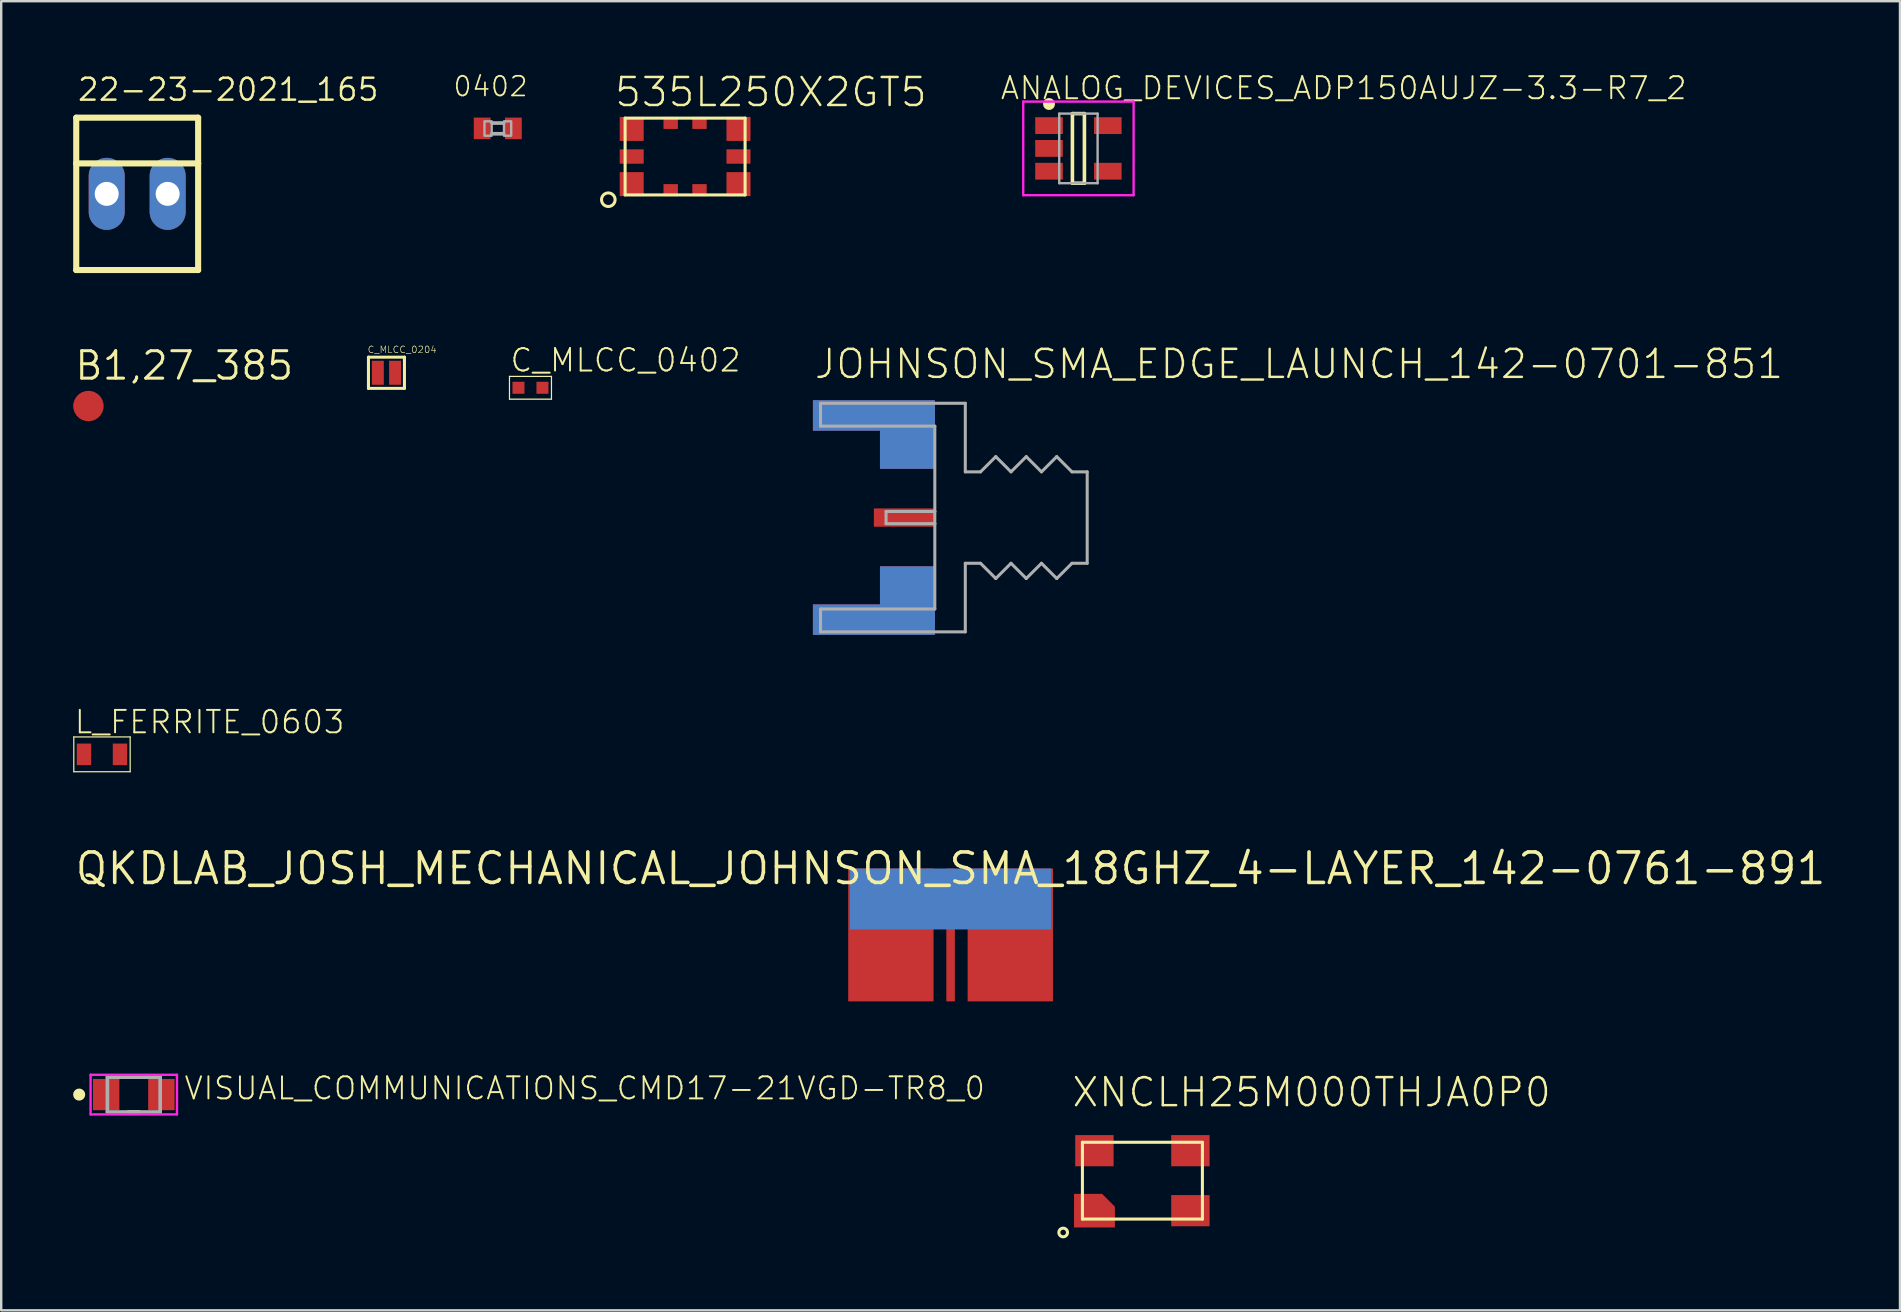
<source format=kicad_pcb>
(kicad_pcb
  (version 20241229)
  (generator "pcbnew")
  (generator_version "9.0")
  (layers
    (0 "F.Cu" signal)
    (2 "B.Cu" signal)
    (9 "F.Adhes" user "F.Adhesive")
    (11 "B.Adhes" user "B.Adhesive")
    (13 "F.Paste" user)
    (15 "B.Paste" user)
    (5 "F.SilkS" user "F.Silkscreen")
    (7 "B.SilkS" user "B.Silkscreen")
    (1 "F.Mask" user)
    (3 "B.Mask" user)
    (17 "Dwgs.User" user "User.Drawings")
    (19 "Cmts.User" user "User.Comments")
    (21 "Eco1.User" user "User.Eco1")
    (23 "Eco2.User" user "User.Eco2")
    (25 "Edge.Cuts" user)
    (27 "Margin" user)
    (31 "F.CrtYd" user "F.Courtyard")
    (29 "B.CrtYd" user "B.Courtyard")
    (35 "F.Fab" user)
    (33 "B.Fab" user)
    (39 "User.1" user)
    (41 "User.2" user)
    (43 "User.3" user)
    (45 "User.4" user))
  (footprint "VISUAL_COMMUNICATIONS_CMD17-21VGD-TR8_0"
    (layer "F.Cu")
    (at 2.525 42.566)
    (property "Reference" "VISUAL_COMMUNICATIONS_CMD17-21VGD-TR8_0" (at 2.05 0.275 0) (unlocked yes) (layer "F.SilkS") (effects (font (size 0.92 0.92) (thickness 0.08)) (justify left bottom)))
    (fp_line (start -0.225 -0.725) (end 0.225 -0.725) (stroke (width 0.15) (type solid)) (layer "F.SilkS"))
    (fp_line (start -0.225 0.725) (end 0.225 0.725) (stroke (width 0.15) (type solid)) (layer "F.SilkS"))
    (fp_circle (center -2.275 0) (end -2.15 0) (stroke (width 0.25) (type solid)) (fill yes) (layer "F.SilkS"))
    (fp_line (start -1.8 -0.825) (end 1.8 -0.825) (stroke (width 0.1) (type solid)) (layer "F.CrtYd"))
    (fp_line (start -1.8 0.825) (end -1.8 -0.825) (stroke (width 0.1) (type solid)) (layer "F.CrtYd"))
    (fp_line (start 1.8 -0.825) (end 1.8 0.825) (stroke (width 0.1) (type solid)) (layer "F.CrtYd"))
    (fp_line (start 1.8 0.825) (end -1.8 0.825) (stroke (width 0.1) (type solid)) (layer "F.CrtYd"))
    (fp_line (start -1.1 -0.725) (end 1.1 -0.725) (stroke (width 0.15) (type solid)) (layer "F.Fab"))
    (fp_line (start -1.1 0.725) (end -1.1 -0.725) (stroke (width 0.15) (type solid)) (layer "F.Fab"))
    (fp_line (start 1.1 -0.725) (end 1.1 0.725) (stroke (width 0.15) (type solid)) (layer "F.Fab"))
    (fp_line (start 1.1 0.725) (end -1.1 0.725) (stroke (width 0.15) (type solid)) (layer "F.Fab"))
    (pad "1" smd rect (at -1.15 0) (size 1.1 1.3) (layers "F.Cu" "F.Mask" "F.Paste"))
    (pad "2" smd rect (at 1.15 0) (size 1.1 1.3) (layers "F.Cu" "F.Mask" "F.Paste")))
  (footprint "XNCLH25M000THJA0P0"
    (layer "F.Cu")
    (at 44.559 46.154)
    (property "Reference" "XNCLH25M000THJA0P0" (at -3 -3 0) (unlocked yes) (layer "F.SilkS") (effects (font (size 1.168 1.168) (thickness 0.102)) (justify left bottom)))
    (fp_poly (pts (xy -1.15 1.079) (xy -1.15 1.95) (xy -2.85 1.95) (xy -2.85 0.55) (xy -1.679 0.55)) (stroke (width 0) (type default)) (fill yes) (layer "F.Cu"))
    (fp_line (start -2.5 -1.6) (end -2.5 1.6) (stroke (width 0.127) (type solid)) (layer "F.SilkS"))
    (fp_line (start -2.5 1.6) (end 2.5 1.6) (stroke (width 0.127) (type solid)) (layer "F.SilkS"))
    (fp_line (start 2.5 -1.6) (end -2.5 -1.6) (stroke (width 0.127) (type solid)) (layer "F.SilkS"))
    (fp_line (start 2.5 1.6) (end 2.5 -1.6) (stroke (width 0.127) (type solid)) (layer "F.SilkS"))
    (fp_circle (center -3.302 2.159) (end -3.122 2.159) (stroke (width 0.127) (type solid)) (fill no) (layer "F.SilkS"))
    (pad "P$1" smd rect (at -2 -1.25) (size 1.6 1.3) (layers "F.Cu" "F.Mask" "F.Paste"))
    (pad "P$2" smd rect (at 2 -1.25) (size 1.6 1.3) (layers "F.Cu" "F.Mask" "F.Paste"))
    (pad "P$3" smd rect (at 2 1.25) (size 1.6 1.3) (layers "F.Cu" "F.Mask" "F.Paste"))
    (pad "P$4" smd rect (at -2 1.5) (size 1.676 0.813) (layers "F.Cu" "F.Mask" "F.Paste")))
  (footprint "JOHNSON_SMA_EDGE_LAUNCH_142-0701-851"
    (layer "F.Cu")
    (at 35.908 18.519)
    (property "Reference" "JOHNSON_SMA_EDGE_LAUNCH_142-0701-851" (at -5.08 -5.715 0) (unlocked yes) (layer "F.SilkS") (effects (font (size 1.168 1.168) (thickness 0.102)) (justify left bottom)))
    (fp_poly (pts (xy 0 -2.032) (xy -2.286 -2.032) (xy -2.286 -3.759) (xy -3.15 -3.759) (xy -3.15 -4.661) (xy 0 -4.661)) (stroke (width 0) (type default)) (fill yes) (layer "F.Cu"))
    (fp_poly (pts (xy 0 4.661) (xy -3.797 4.661) (xy -3.797 3.759) (xy -2.286 3.759) (xy -2.286 2.032) (xy 0 2.032)) (stroke (width 0) (type default)) (fill yes) (layer "F.Cu"))
    (fp_poly (pts (xy 0 -2.032) (xy -2.286 -2.032) (xy -2.286 -3.759) (xy -3.15 -3.759) (xy -3.15 -4.661) (xy 0 -4.661)) (stroke (width 0) (type default)) (fill yes) (layer "F.Mask"))
    (fp_poly (pts (xy 0 4.661) (xy -3.797 4.661) (xy -3.797 3.759) (xy -2.286 3.759) (xy -2.286 2.032) (xy 0 2.032)) (stroke (width 0) (type default)) (fill yes) (layer "F.Mask"))
    (fp_poly (pts (xy 0 -2.032) (xy -2.286 -2.032) (xy -2.286 -3.759) (xy -3.15 -3.759) (xy -3.15 -4.661) (xy 0 -4.661)) (stroke (width 0) (type default)) (fill yes) (layer "B.Cu"))
    (fp_poly (pts (xy 0 4.661) (xy -3.797 4.661) (xy -3.797 3.759) (xy -2.286 3.759) (xy -2.286 2.032) (xy 0 2.032)) (stroke (width 0) (type default)) (fill yes) (layer "B.Cu"))
    (fp_poly (pts (xy 0 -2.032) (xy -2.286 -2.032) (xy -2.286 -3.759) (xy -3.15 -3.759) (xy -3.15 -4.661) (xy 0 -4.661)) (stroke (width 0) (type default)) (fill yes) (layer "B.Mask"))
    (fp_poly (pts (xy 0 4.661) (xy -3.797 4.661) (xy -3.797 3.759) (xy -2.286 3.759) (xy -2.286 2.032) (xy 0 2.032)) (stroke (width 0) (type default)) (fill yes) (layer "B.Mask"))
    (fp_line (start -4.763 -4.763) (end -4.763 -3.81) (stroke (width 0.127) (type solid)) (layer "F.Fab"))
    (fp_line (start -4.763 -3.81) (end 0 -3.81) (stroke (width 0.127) (type solid)) (layer "F.Fab"))
    (fp_line (start -4.763 3.81) (end -4.763 4.763) (stroke (width 0.127) (type solid)) (layer "F.Fab"))
    (fp_line (start -4.763 4.763) (end 1.27 4.763) (stroke (width 0.127) (type solid)) (layer "F.Fab"))
    (fp_line (start -2.032 -0.254) (end -2.032 0.254) (stroke (width 0.127) (type solid)) (layer "F.Fab"))
    (fp_line (start -2.032 0.254) (end 0 0.254) (stroke (width 0.127) (type solid)) (layer "F.Fab"))
    (fp_line (start 0 -3.81) (end 0 -0.254) (stroke (width 0.127) (type solid)) (layer "F.Fab"))
    (fp_line (start 0 -0.254) (end -2.032 -0.254) (stroke (width 0.127) (type solid)) (layer "F.Fab"))
    (fp_line (start 0 -0.254) (end 0 0.254) (stroke (width 0.127) (type solid)) (layer "F.Fab"))
    (fp_line (start 0 0.254) (end 0 3.81) (stroke (width 0.127) (type solid)) (layer "F.Fab"))
    (fp_line (start 0 3.81) (end -4.763 3.81) (stroke (width 0.127) (type solid)) (layer "F.Fab"))
    (fp_line (start 1.27 -4.763) (end -4.763 -4.763) (stroke (width 0.127) (type solid)) (layer "F.Fab"))
    (fp_line (start 1.27 -1.905) (end 1.27 -4.763) (stroke (width 0.127) (type solid)) (layer "F.Fab"))
    (fp_line (start 1.27 1.905) (end 1.905 1.905) (stroke (width 0.127) (type solid)) (layer "F.Fab"))
    (fp_line (start 1.27 4.763) (end 1.27 1.905) (stroke (width 0.127) (type solid)) (layer "F.Fab"))
    (fp_line (start 1.905 -1.905) (end 1.27 -1.905) (stroke (width 0.127) (type solid)) (layer "F.Fab"))
    (fp_line (start 1.905 1.905) (end 2.54 2.54) (stroke (width 0.127) (type solid)) (layer "F.Fab"))
    (fp_line (start 2.54 -2.54) (end 1.905 -1.905) (stroke (width 0.127) (type solid)) (layer "F.Fab"))
    (fp_line (start 2.54 2.54) (end 3.175 1.905) (stroke (width 0.127) (type solid)) (layer "F.Fab"))
    (fp_line (start 3.175 -1.905) (end 2.54 -2.54) (stroke (width 0.127) (type solid)) (layer "F.Fab"))
    (fp_line (start 3.175 1.905) (end 3.81 2.54) (stroke (width 0.127) (type solid)) (layer "F.Fab"))
    (fp_line (start 3.81 -2.54) (end 3.175 -1.905) (stroke (width 0.127) (type solid)) (layer "F.Fab"))
    (fp_line (start 3.81 2.54) (end 4.445 1.905) (stroke (width 0.127) (type solid)) (layer "F.Fab"))
    (fp_line (start 4.445 -1.905) (end 3.81 -2.54) (stroke (width 0.127) (type solid)) (layer "F.Fab"))
    (fp_line (start 4.445 1.905) (end 5.08 2.54) (stroke (width 0.127) (type solid)) (layer "F.Fab"))
    (fp_line (start 5.08 -2.54) (end 4.445 -1.905) (stroke (width 0.127) (type solid)) (layer "F.Fab"))
    (fp_line (start 5.08 2.54) (end 5.715 1.905) (stroke (width 0.127) (type solid)) (layer "F.Fab"))
    (fp_line (start 5.715 -1.905) (end 5.08 -2.54) (stroke (width 0.127) (type solid)) (layer "F.Fab"))
    (fp_line (start 5.715 1.905) (end 6.35 1.905) (stroke (width 0.127) (type solid)) (layer "F.Fab"))
    (fp_line (start 6.35 -1.905) (end 5.715 -1.905) (stroke (width 0.127) (type solid)) (layer "F.Fab"))
    (fp_line (start 6.35 1.905) (end 6.35 -1.905) (stroke (width 0.127) (type solid)) (layer "F.Fab"))
    (pad "P$1" smd rect (at -1.27 0) (size 2.54 0.762) (layers "F.Cu" "F.Mask"))
    (pad "P$2" smd rect (at -2.54 -4.255) (size 5.08 1.27) (layers "F.Cu" "F.Mask"))
    (pad "P$3" smd rect (at -2.54 4.255) (size 5.08 1.27) (layers "F.Cu" "F.Mask"))
    (pad "P$4" smd rect (at -2.54 -4.255) (size 5.08 1.27) (layers "B.Cu" "B.Mask"))
    (pad "P$5" smd rect (at -2.54 4.255) (size 5.08 1.27) (layers "B.Cu" "B.Mask")))
  (footprint "B1,27_385"
    (layer "F.Cu")
    (at 0.635 13.871)
    (property "Reference" "B1,27_385" (at -0.635 -1.016 0) (unlocked yes) (layer "F.SilkS") (effects (font (size 1.143 1.143) (thickness 0.127)) (justify left bottom)))
    (pad "TP" smd roundrect (at 0 0) (size 1.27 1.27) (layers "F.Cu" "F.Mask") (roundrect_rratio 0.5)))
  (footprint "22-23-2021_165"
    (layer "F.Cu")
    (at 2.667 5.029)
    (property "Reference" "22-23-2021_165" (at -2.54 -3.81 0) (unlocked yes) (layer "F.SilkS") (effects (font (size 0.914 0.914) (thickness 0.102)) (justify left bottom)))
    (fp_line (start -2.54 -3.175) (end 2.54 -3.175) (stroke (width 0.254) (type solid)) (layer "F.SilkS"))
    (fp_line (start -2.54 -1.27) (end -2.54 -3.175) (stroke (width 0.254) (type solid)) (layer "F.SilkS"))
    (fp_line (start -2.54 -1.27) (end 2.54 -1.27) (stroke (width 0.254) (type solid)) (layer "F.SilkS"))
    (fp_line (start -2.54 3.175) (end -2.54 -1.27) (stroke (width 0.254) (type solid)) (layer "F.SilkS"))
    (fp_line (start 2.54 -3.175) (end 2.54 -1.27) (stroke (width 0.254) (type solid)) (layer "F.SilkS"))
    (fp_line (start 2.54 -1.27) (end 2.54 3.175) (stroke (width 0.254) (type solid)) (layer "F.SilkS"))
    (fp_line (start 2.54 3.175) (end -2.54 3.175) (stroke (width 0.254) (type solid)) (layer "F.SilkS"))
    (pad "1" thru_hole oval (at -1.27 0 90) (size 3 1.5) (drill 1) (layers "*.Cu" "*.Mask"))
    (pad "2" thru_hole oval (at 1.27 0 90) (size 3 1.5) (drill 1) (layers "*.Cu" "*.Mask")))
  (footprint "L_FERRITE_0603"
    (layer "F.Cu")
    (at 1.2 28.387)
    (property "Reference" "L_FERRITE_0603" (at -1.2 -0.8 0) (unlocked yes) (layer "F.SilkS") (effects (font (size 0.935 0.935) (thickness 0.081)) (justify left bottom)))
    (fp_line (start -1.175 -0.725) (end -1.175 0.725) (stroke (width 0.05) (type solid)) (layer "F.SilkS"))
    (fp_line (start -1.175 0.725) (end 1.175 0.725) (stroke (width 0.05) (type solid)) (layer "F.SilkS"))
    (fp_line (start 1.175 -0.725) (end -1.175 -0.725) (stroke (width 0.05) (type solid)) (layer "F.SilkS"))
    (fp_line (start 1.175 0.725) (end 1.175 -0.725) (stroke (width 0.05) (type solid)) (layer "F.SilkS"))
    (pad "P$1" smd rect (at -0.75 0) (size 0.6 0.9) (layers "F.Cu" "F.Mask" "F.Paste"))
    (pad "P$2" smd rect (at 0.75 0) (size 0.6 0.9) (layers "F.Cu" "F.Mask" "F.Paste")))
  (footprint "QKDLAB_JOSH_MECHANICAL_JOHNSON_SMA_18GHZ_4-LAYER_142-0761-891"
    (layer "F.Cu")
    (at 36.565 33.144)
    (property "Reference" "QKDLAB_JOSH_MECHANICAL_JOHNSON_SMA_18GHZ_4-LAYER_142-0761-891" (at 0 0 0) (unlocked yes) (layer "F.SilkS") (effects (font (size 1.27 1.27) (thickness 0.15))))
    (pad "P$1" smd rect (at 0 2.769) (size 0.356 5.537) (layers "F.Cu" "F.Mask"))
    (pad "P$2" smd rect (at 2.489 2.769) (size 3.556 5.537) (layers "F.Cu" "F.Mask"))
    (pad "P$3" smd rect (at -2.489 2.769) (size 3.556 5.537) (layers "F.Cu" "F.Mask"))
    (pad "P$4" smd rect (at 0 1.27) (size 8.382 2.54) (layers "B.Cu" "B.Mask")))
  (footprint "535L250X2GT5"
    (layer "F.Cu")
    (at 25.501 3.473)
    (property "Reference" "535L250X2GT5" (at -3 -2 0) (unlocked yes) (layer "F.SilkS") (effects (font (size 1.168 1.168) (thickness 0.102)) (justify left bottom)))
    (fp_line (start -2.5 -1.6) (end -2.5 1.6) (stroke (width 0.127) (type solid)) (layer "F.SilkS"))
    (fp_line (start -2.5 1.6) (end 2.5 1.6) (stroke (width 0.127) (type solid)) (layer "F.SilkS"))
    (fp_line (start 2.5 -1.6) (end -2.5 -1.6) (stroke (width 0.127) (type solid)) (layer "F.SilkS"))
    (fp_line (start 2.5 1.6) (end 2.5 -1.6) (stroke (width 0.127) (type solid)) (layer "F.SilkS"))
    (fp_circle (center -3.2 1.8) (end -2.917 1.8) (stroke (width 0.127) (type solid)) (fill no) (layer "F.SilkS"))
    (pad "2" smd rect (at -0.6 1.4) (size 0.6 0.5) (layers "F.Cu" "F.Mask" "F.Paste"))
    (pad "5" smd rect (at 2.225 0) (size 1 0.6) (layers "F.Cu" "F.Mask" "F.Paste"))
    (pad "8" smd rect (at -0.6 -1.4) (size 0.6 0.5) (layers "F.Cu" "F.Mask" "F.Paste"))
    (pad "10" smd rect (at -2.225 0) (size 1 0.6) (layers "F.Cu" "F.Mask" "F.Paste"))
    (pad "EOH@3" smd rect (at 0.6 1.4) (size 0.6 0.5) (layers "F.Cu" "F.Mask" "F.Paste"))
    (pad "GND@4" smd rect (at 2.225 1.15) (size 1 1) (layers "F.Cu" "F.Mask" "F.Paste"))
    (pad "OUTPUT@6" smd rect (at 2.225 -1.15) (size 1 1) (layers "F.Cu" "F.Mask" "F.Paste"))
    (pad "VC@1" smd rect (at -2.225 1.15) (size 1 1) (layers "F.Cu" "F.Mask" "F.Paste"))
    (pad "VCC@9" smd rect (at -2.225 -1.15) (size 1 1) (layers "F.Cu" "F.Mask" "F.Paste"))
    (pad "VCFILTER@7" smd rect (at 0.6 -1.4) (size 0.6 0.5) (layers "F.Cu" "F.Mask" "F.Paste")))
  (footprint "0402"
    (layer "F.Cu")
    (at 17.694 2.301)
    (property "Reference" "0402" (at -1.905 -1.27 0) (unlocked yes) (layer "F.SilkS") (effects (font (size 0.818 0.818) (thickness 0.071)) (justify left bottom)))
    (fp_line (start -0.245 -0.224) (end 0.245 -0.224) (stroke (width 0.152) (type solid)) (layer "F.Fab"))
    (fp_line (start 0.245 0.224) (end -0.245 0.224) (stroke (width 0.152) (type solid)) (layer "F.Fab"))
    (fp_poly (pts (xy -0.554 0.305) (xy -0.254 0.305) (xy -0.254 -0.295) (xy -0.554 -0.295)) (stroke (width 0.1) (type default)) (fill no) (layer "F.Fab"))
    (fp_poly (pts (xy 0.259 0.305) (xy 0.559 0.305) (xy 0.559 -0.295) (xy 0.259 -0.295)) (stroke (width 0.1) (type default)) (fill no) (layer "F.Fab"))
    (pad "1" smd rect (at -0.65 0) (size 0.7 0.9) (layers "F.Cu" "F.Mask" "F.Paste"))
    (pad "2" smd rect (at 0.65 0) (size 0.7 0.9) (layers "F.Cu" "F.Mask" "F.Paste")))
  (footprint "ANALOG_DEVICES_ADP150AUJZ-3.3-R7_2"
    (layer "F.Cu")
    (at 41.892 3.135)
    (property "Reference" "ANALOG_DEVICES_ADP150AUJZ-3.3-R7_2" (at -3.3 -1.975 0) (unlocked yes) (layer "F.SilkS") (effects (font (size 0.92 0.92) (thickness 0.08)) (justify left bottom)))
    (fp_line (start -0.25 -1.45) (end 0.25 -1.45) (stroke (width 0.15) (type solid)) (layer "F.SilkS"))
    (fp_line (start -0.25 1.45) (end -0.25 -1.45) (stroke (width 0.15) (type solid)) (layer "F.SilkS"))
    (fp_line (start -0.25 1.45) (end 0.25 1.45) (stroke (width 0.15) (type solid)) (layer "F.SilkS"))
    (fp_line (start 0.25 1.45) (end 0.25 -1.45) (stroke (width 0.15) (type solid)) (layer "F.SilkS"))
    (fp_circle (center -1.225 -1.85) (end -1.1 -1.85) (stroke (width 0.25) (type solid)) (fill no) (layer "F.SilkS"))
    (fp_line (start -2.3 -1.95) (end 2.3 -1.95) (stroke (width 0.1) (type solid)) (layer "F.CrtYd"))
    (fp_line (start -2.3 1.95) (end -2.3 -1.95) (stroke (width 0.1) (type solid)) (layer "F.CrtYd"))
    (fp_line (start 2.3 -1.95) (end 2.3 1.95) (stroke (width 0.1) (type solid)) (layer "F.CrtYd"))
    (fp_line (start 2.3 1.95) (end -2.3 1.95) (stroke (width 0.1) (type solid)) (layer "F.CrtYd"))
    (fp_line (start -0.8 -1.45) (end 0.8 -1.45) (stroke (width 0.1) (type solid)) (layer "F.Fab"))
    (fp_line (start -0.8 1.45) (end -0.8 -1.45) (stroke (width 0.1) (type solid)) (layer "F.Fab"))
    (fp_line (start -0.8 1.45) (end 0.8 1.45) (stroke (width 0.1) (type solid)) (layer "F.Fab"))
    (fp_line (start 0.8 1.45) (end 0.8 -1.45) (stroke (width 0.1) (type solid)) (layer "F.Fab"))
    (pad "1" smd rect (at -1.225 -0.95 90) (size 0.7 1.15) (layers "F.Cu" "F.Mask" "F.Paste"))
    (pad "2" smd rect (at -1.225 0 90) (size 0.7 1.15) (layers "F.Cu" "F.Mask" "F.Paste"))
    (pad "3" smd rect (at -1.225 0.95 90) (size 0.7 1.15) (layers "F.Cu" "F.Mask" "F.Paste"))
    (pad "4" smd rect (at 1.225 0.95 90) (size 0.7 1.15) (layers "F.Cu" "F.Mask" "F.Paste"))
    (pad "5" smd rect (at 1.225 -0.95 90) (size 0.7 1.15) (layers "F.Cu" "F.Mask" "F.Paste")))
  (footprint "C_MLCC_0204"
    (layer "F.Cu")
    (at 13.055 12.485)
    (property "Reference" "C_MLCC_0204" (at -0.8 -0.8 0) (unlocked yes) (layer "F.SilkS") (effects (font (size 0.28 0.28) (thickness 0.024)) (justify left bottom)))
    (fp_line (start -0.75 -0.65) (end -0.75 0.65) (stroke (width 0.127) (type solid)) (layer "F.SilkS"))
    (fp_line (start -0.75 0.65) (end 0.75 0.65) (stroke (width 0.127) (type solid)) (layer "F.SilkS"))
    (fp_line (start 0.75 -0.65) (end -0.75 -0.65) (stroke (width 0.127) (type solid)) (layer "F.SilkS"))
    (fp_line (start 0.75 0.65) (end 0.75 -0.65) (stroke (width 0.127) (type solid)) (layer "F.SilkS"))
    (pad "P$1" smd rect (at -0.36 0) (size 0.5 1) (layers "F.Cu" "F.Mask" "F.Paste"))
    (pad "P$2" smd rect (at 0.36 0) (size 0.5 1) (layers "F.Cu" "F.Mask" "F.Paste")))
  (footprint "C_MLCC_0402"
    (layer "F.Cu")
    (at 19.057 13.11)
    (property "Reference" "C_MLCC_0402" (at -0.9 -0.6 0) (unlocked yes) (layer "F.SilkS") (effects (font (size 0.935 0.935) (thickness 0.081)) (justify left bottom)))
    (fp_line (start -0.875 -0.475) (end 0.875 -0.475) (stroke (width 0.05) (type solid)) (layer "F.SilkS"))
    (fp_line (start -0.875 0.475) (end -0.875 -0.475) (stroke (width 0.05) (type solid)) (layer "F.SilkS"))
    (fp_line (start 0.875 -0.475) (end 0.875 0.475) (stroke (width 0.05) (type solid)) (layer "F.SilkS"))
    (fp_line (start 0.875 0.475) (end -0.875 0.475) (stroke (width 0.05) (type solid)) (layer "F.SilkS"))
    (pad "P$1" smd rect (at -0.5 0) (size 0.5 0.5) (layers "F.Cu" "F.Mask" "F.Paste"))
    (pad "P$2" smd rect (at 0.5 0) (size 0.5 0.5) (layers "F.Cu" "F.Mask" "F.Paste")))
  (gr_rect
    (start -3 -3)
    (end 76.13 51.556)
    (stroke (width 0.1) (type default))
    (fill no)
    (layer "Edge.Cuts")))
</source>
